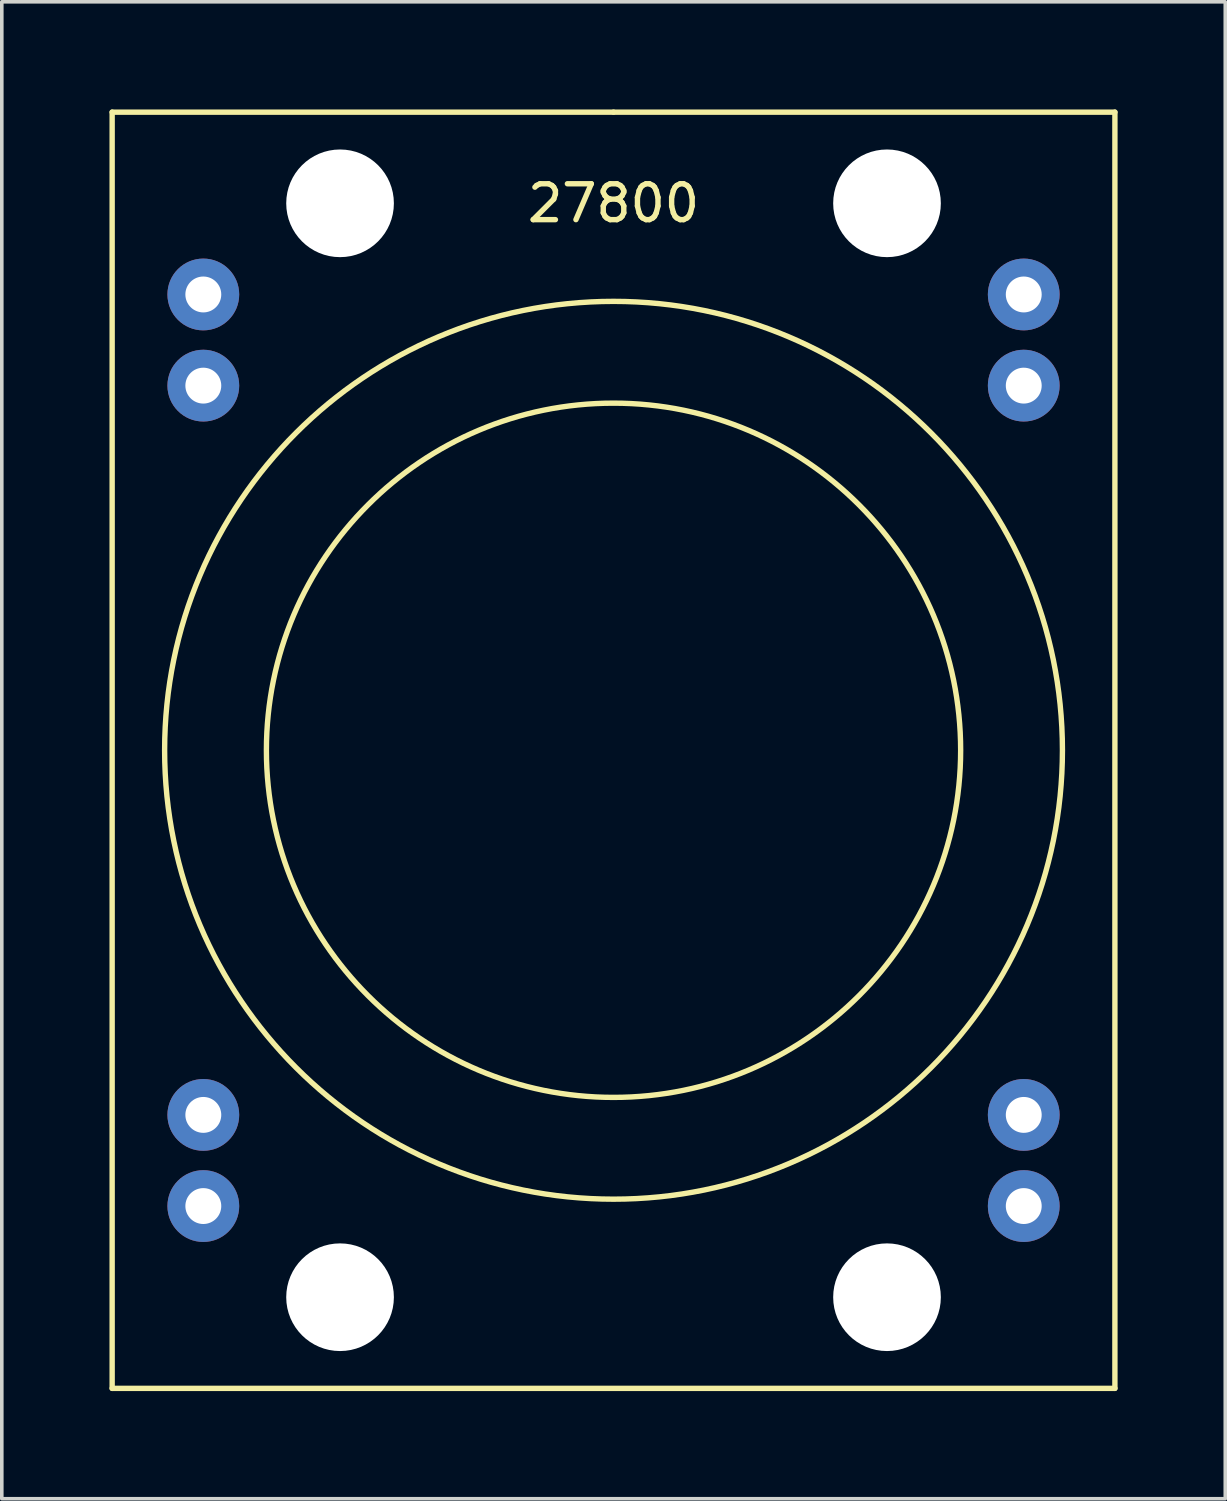
<source format=kicad_pcb>
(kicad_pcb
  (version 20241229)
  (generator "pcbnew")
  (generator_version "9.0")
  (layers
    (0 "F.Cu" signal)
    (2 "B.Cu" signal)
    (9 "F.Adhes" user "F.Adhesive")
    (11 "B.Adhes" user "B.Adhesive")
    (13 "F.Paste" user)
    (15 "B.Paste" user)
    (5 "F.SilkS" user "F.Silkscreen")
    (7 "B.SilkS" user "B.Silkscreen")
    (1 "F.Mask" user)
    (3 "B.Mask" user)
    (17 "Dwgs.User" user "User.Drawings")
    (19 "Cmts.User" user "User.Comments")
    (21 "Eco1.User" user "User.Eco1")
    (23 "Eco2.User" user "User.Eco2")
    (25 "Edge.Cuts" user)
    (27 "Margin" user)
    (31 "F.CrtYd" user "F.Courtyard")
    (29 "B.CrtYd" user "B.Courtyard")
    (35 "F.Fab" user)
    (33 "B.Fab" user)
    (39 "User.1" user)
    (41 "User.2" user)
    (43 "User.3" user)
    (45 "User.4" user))
  (footprint "27800"
    (layer "F.Cu")
    (at 14.045 17.855)
    (property "Reference" "27800" (at 0 -15.24 0) (layer "F.SilkS") (effects (font (size 1 1) (thickness 0.15))))
    (attr through_hole)
    (fp_line (start -13.97 -17.78) (end 0 -17.78) (stroke (width 0.15) (type solid)) (layer "F.SilkS"))
    (fp_line (start -13.97 17.78) (end -13.97 -17.78) (stroke (width 0.15) (type solid)) (layer "F.SilkS"))
    (fp_line (start 0 -17.78) (end 13.97 -17.78) (stroke (width 0.15) (type solid)) (layer "F.SilkS"))
    (fp_line (start 13.97 -17.78) (end 13.97 17.78) (stroke (width 0.15) (type solid)) (layer "F.SilkS"))
    (fp_line (start 13.97 17.78) (end -13.97 17.78) (stroke (width 0.15) (type solid)) (layer "F.SilkS"))
    (fp_circle (center 0 0) (end -11.43 5.08) (stroke (width 0.15) (type solid)) (fill no) (layer "F.SilkS"))
    (fp_circle (center 0 0) (end -8.89 3.81) (stroke (width 0.15) (type solid)) (fill no) (layer "F.SilkS"))
    (pad "" np_thru_hole circle (at -7.62 -15.24) (size 3 3) (drill 3) (layers "*.Cu" "*.Mask"))
    (pad "" np_thru_hole circle (at -7.62 15.24) (size 3 3) (drill 3) (layers "*.Cu" "*.Mask"))
    (pad "" np_thru_hole circle (at 7.62 -15.24) (size 3 3) (drill 3) (layers "*.Cu" "*.Mask"))
    (pad "" np_thru_hole circle (at 7.62 15.24) (size 3 3) (drill 3) (layers "*.Cu" "*.Mask"))
    (pad "1" thru_hole circle (at -11.43 -12.7) (size 2 2) (drill 1) (layers "*.Cu" "*.Mask"))
    (pad "2" thru_hole circle (at -11.43 -10.16) (size 2 2) (drill 1) (layers "*.Cu" "*.Mask"))
    (pad "3" thru_hole circle (at -11.43 10.16) (size 2 2) (drill 1) (layers "*.Cu" "*.Mask"))
    (pad "4" thru_hole circle (at -11.43 12.7) (size 2 2) (drill 1) (layers "*.Cu" "*.Mask"))
    (pad "5" thru_hole circle (at 11.43 -12.7) (size 2 2) (drill 1) (layers "*.Cu" "*.Mask"))
    (pad "6" thru_hole circle (at 11.43 -10.16) (size 2 2) (drill 1) (layers "*.Cu" "*.Mask"))
    (pad "7" thru_hole circle (at 11.43 10.16) (size 2 2) (drill 1) (layers "*.Cu" "*.Mask"))
    (pad "8" thru_hole circle (at 11.43 12.7) (size 2 2) (drill 1) (layers "*.Cu" "*.Mask")))
  (gr_rect
    (start -3 -3)
    (end 31.09 38.71)
    (stroke (width 0.1) (type default))
    (fill no)
    (layer "Edge.Cuts")))
</source>
